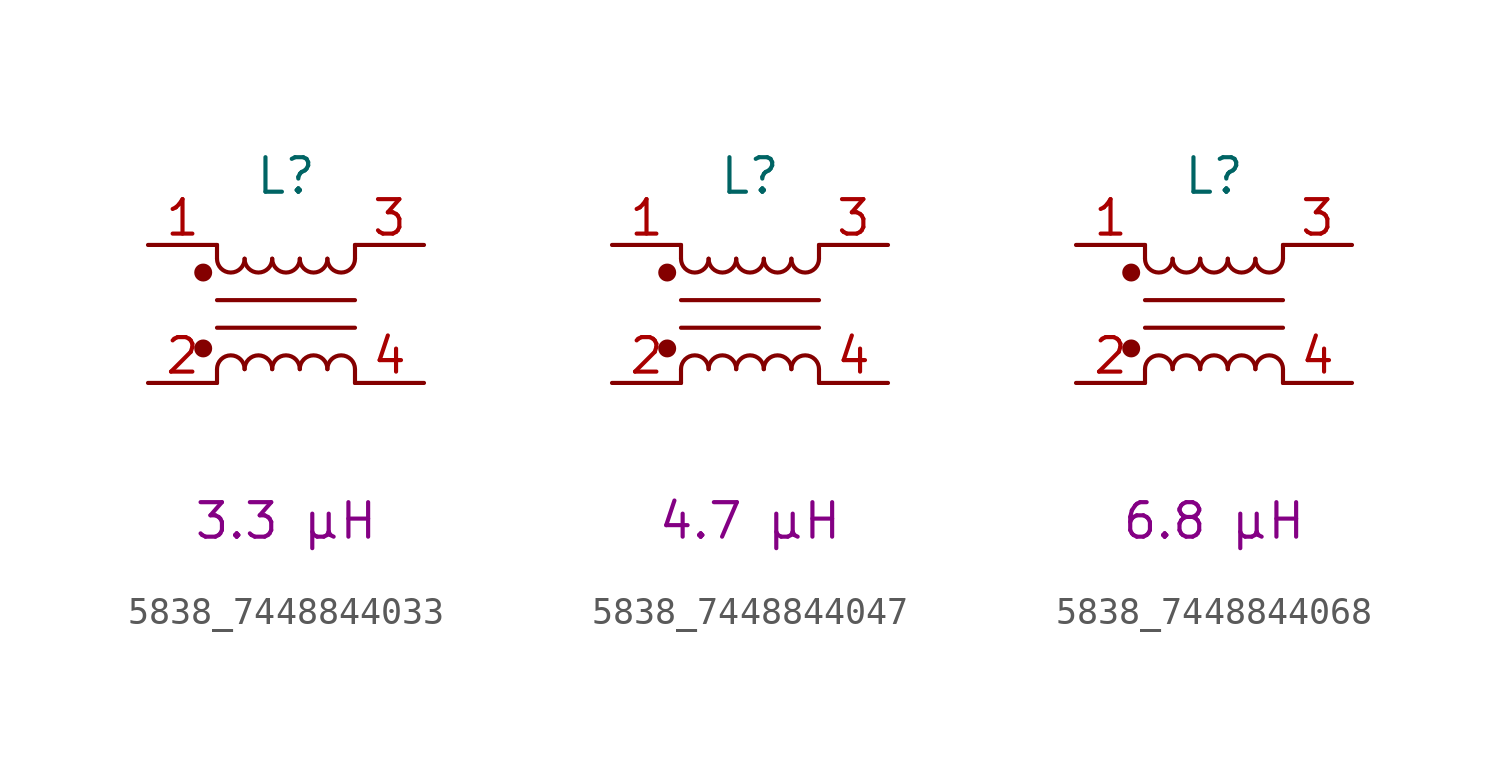
<source format=kicad_sym>
(kicad_symbol_lib
  (version 20220914)
  (generator kicad_symbol_editor)
  (symbol "5838_7448844033"
    (pin_names hide)
    (property "Reference" "L"
      (at 0 5.08 0)
      (effects (font (size 1.27 1.27))))
    (property "Critical Parameter" "3.3 µH"
      (at 0 -7.62 0)
      (effects (font (size 1.27 1.27))))
    (symbol "5838_7448844033_0_1"
      (circle (center -3.048 -1.27) (radius 0.254) (stroke (width 0) (type default)) (fill (type outline)))
      (circle (center -3.048 1.524) (radius 0.254) (stroke (width 0) (type default)) (fill (type outline)))
      (arc (start -2.54 2.032) (mid -2.032 1.5262) (end -1.524 2.032) (stroke (width 0) (type default)) (fill (type none)))
      (arc (start -1.524 -2.032) (mid -2.032 -1.5262) (end -2.54 -2.032) (stroke (width 0) (type default)) (fill (type none)))
      (arc (start -1.524 2.032) (mid -1.016 1.5262) (end -0.508 2.032) (stroke (width 0) (type default)) (fill (type none)))
      (arc (start -0.508 -2.032) (mid -1.016 -1.5262) (end -1.524 -2.032) (stroke (width 0) (type default)) (fill (type none)))
      (arc (start -0.508 2.032) (mid 0 1.5262) (end 0.508 2.032) (stroke (width 0) (type default)) (fill (type none)))
      (polyline (pts (xy -2.54 -2.032) (xy -2.54 -2.54)) (stroke (width 0) (type default)) (fill (type none)))
      (polyline (pts (xy -2.54 0.508) (xy 2.54 0.508)) (stroke (width 0) (type default)) (fill (type none)))
      (polyline (pts (xy -2.54 2.032) (xy -2.54 2.54)) (stroke (width 0) (type default)) (fill (type none)))
      (polyline (pts (xy 2.54 -2.032) (xy 2.54 -2.54)) (stroke (width 0) (type default)) (fill (type none)))
      (polyline (pts (xy 2.54 -0.508) (xy -2.54 -0.508)) (stroke (width 0) (type default)) (fill (type none)))
      (polyline (pts (xy 2.54 2.54) (xy 2.54 2.032)) (stroke (width 0) (type default)) (fill (type none)))
      (arc (start 0.508 -2.032) (mid 0 -1.5262) (end -0.508 -2.032) (stroke (width 0) (type default)) (fill (type none)))
      (arc (start 0.508 2.032) (mid 1.016 1.5262) (end 1.524 2.032) (stroke (width 0) (type default)) (fill (type none)))
      (arc (start 1.524 -2.032) (mid 1.016 -1.5262) (end 0.508 -2.032) (stroke (width 0) (type default)) (fill (type none)))
      (arc (start 1.524 2.032) (mid 2.032 1.5262) (end 2.54 2.032) (stroke (width 0) (type default)) (fill (type none)))
      (arc (start 2.54 -2.032) (mid 2.032 -1.5262) (end 1.524 -2.032) (stroke (width 0) (type default)) (fill (type none))))
    (symbol "5838_7448844033_1_1"
      (pin passive line (at -5.08 2.54 0) (length 2.54) (name "1" (effects (font (size 1.27 1.27)))) (number "1" (effects (font (size 1.27 1.27)))))
      (pin passive line (at -5.08 -2.54 0) (length 2.54) (name "2" (effects (font (size 1.27 1.27)))) (number "2" (effects (font (size 1.27 1.27)))))
      (pin passive line (at 5.08 2.54 180) (length 2.54) (name "3" (effects (font (size 1.27 1.27)))) (number "3" (effects (font (size 1.27 1.27)))))
      (pin passive line (at 5.08 -2.54 180) (length 2.54) (name "4" (effects (font (size 1.27 1.27)))) (number "4" (effects (font (size 1.27 1.27)))))))
  (symbol "5838_7448844047"
    (pin_names hide)
    (property "Reference" "L"
      (at 0 5.08 0)
      (effects (font (size 1.27 1.27))))
    (property "Critical Parameter" "4.7 µH"
      (at 0 -7.62 0)
      (effects (font (size 1.27 1.27))))
    (symbol "5838_7448844047_0_1"
      (circle (center -3.048 -1.27) (radius 0.254) (stroke (width 0) (type default)) (fill (type outline)))
      (circle (center -3.048 1.524) (radius 0.254) (stroke (width 0) (type default)) (fill (type outline)))
      (arc (start -2.54 2.032) (mid -2.032 1.5262) (end -1.524 2.032) (stroke (width 0) (type default)) (fill (type none)))
      (arc (start -1.524 -2.032) (mid -2.032 -1.5262) (end -2.54 -2.032) (stroke (width 0) (type default)) (fill (type none)))
      (arc (start -1.524 2.032) (mid -1.016 1.5262) (end -0.508 2.032) (stroke (width 0) (type default)) (fill (type none)))
      (arc (start -0.508 -2.032) (mid -1.016 -1.5262) (end -1.524 -2.032) (stroke (width 0) (type default)) (fill (type none)))
      (arc (start -0.508 2.032) (mid 0 1.5262) (end 0.508 2.032) (stroke (width 0) (type default)) (fill (type none)))
      (polyline (pts (xy -2.54 -2.032) (xy -2.54 -2.54)) (stroke (width 0) (type default)) (fill (type none)))
      (polyline (pts (xy -2.54 0.508) (xy 2.54 0.508)) (stroke (width 0) (type default)) (fill (type none)))
      (polyline (pts (xy -2.54 2.032) (xy -2.54 2.54)) (stroke (width 0) (type default)) (fill (type none)))
      (polyline (pts (xy 2.54 -2.032) (xy 2.54 -2.54)) (stroke (width 0) (type default)) (fill (type none)))
      (polyline (pts (xy 2.54 -0.508) (xy -2.54 -0.508)) (stroke (width 0) (type default)) (fill (type none)))
      (polyline (pts (xy 2.54 2.54) (xy 2.54 2.032)) (stroke (width 0) (type default)) (fill (type none)))
      (arc (start 0.508 -2.032) (mid 0 -1.5262) (end -0.508 -2.032) (stroke (width 0) (type default)) (fill (type none)))
      (arc (start 0.508 2.032) (mid 1.016 1.5262) (end 1.524 2.032) (stroke (width 0) (type default)) (fill (type none)))
      (arc (start 1.524 -2.032) (mid 1.016 -1.5262) (end 0.508 -2.032) (stroke (width 0) (type default)) (fill (type none)))
      (arc (start 1.524 2.032) (mid 2.032 1.5262) (end 2.54 2.032) (stroke (width 0) (type default)) (fill (type none)))
      (arc (start 2.54 -2.032) (mid 2.032 -1.5262) (end 1.524 -2.032) (stroke (width 0) (type default)) (fill (type none))))
    (symbol "5838_7448844047_1_1"
      (pin passive line (at -5.08 2.54 0) (length 2.54) (name "1" (effects (font (size 1.27 1.27)))) (number "1" (effects (font (size 1.27 1.27)))))
      (pin passive line (at -5.08 -2.54 0) (length 2.54) (name "2" (effects (font (size 1.27 1.27)))) (number "2" (effects (font (size 1.27 1.27)))))
      (pin passive line (at 5.08 2.54 180) (length 2.54) (name "3" (effects (font (size 1.27 1.27)))) (number "3" (effects (font (size 1.27 1.27)))))
      (pin passive line (at 5.08 -2.54 180) (length 2.54) (name "4" (effects (font (size 1.27 1.27)))) (number "4" (effects (font (size 1.27 1.27)))))))
  (symbol "5838_7448844068"
    (pin_names hide)
    (property "Reference" "L"
      (at 0 5.08 0)
      (effects (font (size 1.27 1.27))))
    (property "Critical Parameter" "6.8 µH"
      (at 0 -7.62 0)
      (effects (font (size 1.27 1.27))))
    (symbol "5838_7448844068_0_1"
      (circle (center -3.048 -1.27) (radius 0.254) (stroke (width 0) (type default)) (fill (type outline)))
      (circle (center -3.048 1.524) (radius 0.254) (stroke (width 0) (type default)) (fill (type outline)))
      (arc (start -2.54 2.032) (mid -2.032 1.5262) (end -1.524 2.032) (stroke (width 0) (type default)) (fill (type none)))
      (arc (start -1.524 -2.032) (mid -2.032 -1.5262) (end -2.54 -2.032) (stroke (width 0) (type default)) (fill (type none)))
      (arc (start -1.524 2.032) (mid -1.016 1.5262) (end -0.508 2.032) (stroke (width 0) (type default)) (fill (type none)))
      (arc (start -0.508 -2.032) (mid -1.016 -1.5262) (end -1.524 -2.032) (stroke (width 0) (type default)) (fill (type none)))
      (arc (start -0.508 2.032) (mid 0 1.5262) (end 0.508 2.032) (stroke (width 0) (type default)) (fill (type none)))
      (polyline (pts (xy -2.54 -2.032) (xy -2.54 -2.54)) (stroke (width 0) (type default)) (fill (type none)))
      (polyline (pts (xy -2.54 0.508) (xy 2.54 0.508)) (stroke (width 0) (type default)) (fill (type none)))
      (polyline (pts (xy -2.54 2.032) (xy -2.54 2.54)) (stroke (width 0) (type default)) (fill (type none)))
      (polyline (pts (xy 2.54 -2.032) (xy 2.54 -2.54)) (stroke (width 0) (type default)) (fill (type none)))
      (polyline (pts (xy 2.54 -0.508) (xy -2.54 -0.508)) (stroke (width 0) (type default)) (fill (type none)))
      (polyline (pts (xy 2.54 2.54) (xy 2.54 2.032)) (stroke (width 0) (type default)) (fill (type none)))
      (arc (start 0.508 -2.032) (mid 0 -1.5262) (end -0.508 -2.032) (stroke (width 0) (type default)) (fill (type none)))
      (arc (start 0.508 2.032) (mid 1.016 1.5262) (end 1.524 2.032) (stroke (width 0) (type default)) (fill (type none)))
      (arc (start 1.524 -2.032) (mid 1.016 -1.5262) (end 0.508 -2.032) (stroke (width 0) (type default)) (fill (type none)))
      (arc (start 1.524 2.032) (mid 2.032 1.5262) (end 2.54 2.032) (stroke (width 0) (type default)) (fill (type none)))
      (arc (start 2.54 -2.032) (mid 2.032 -1.5262) (end 1.524 -2.032) (stroke (width 0) (type default)) (fill (type none))))
    (symbol "5838_7448844068_1_1"
      (pin passive line (at -5.08 2.54 0) (length 2.54) (name "1" (effects (font (size 1.27 1.27)))) (number "1" (effects (font (size 1.27 1.27)))))
      (pin passive line (at -5.08 -2.54 0) (length 2.54) (name "2" (effects (font (size 1.27 1.27)))) (number "2" (effects (font (size 1.27 1.27)))))
      (pin passive line (at 5.08 2.54 180) (length 2.54) (name "3" (effects (font (size 1.27 1.27)))) (number "3" (effects (font (size 1.27 1.27)))))
      (pin passive line (at 5.08 -2.54 180) (length 2.54) (name "4" (effects (font (size 1.27 1.27)))) (number "4" (effects (font (size 1.27 1.27))))))))
</source>
